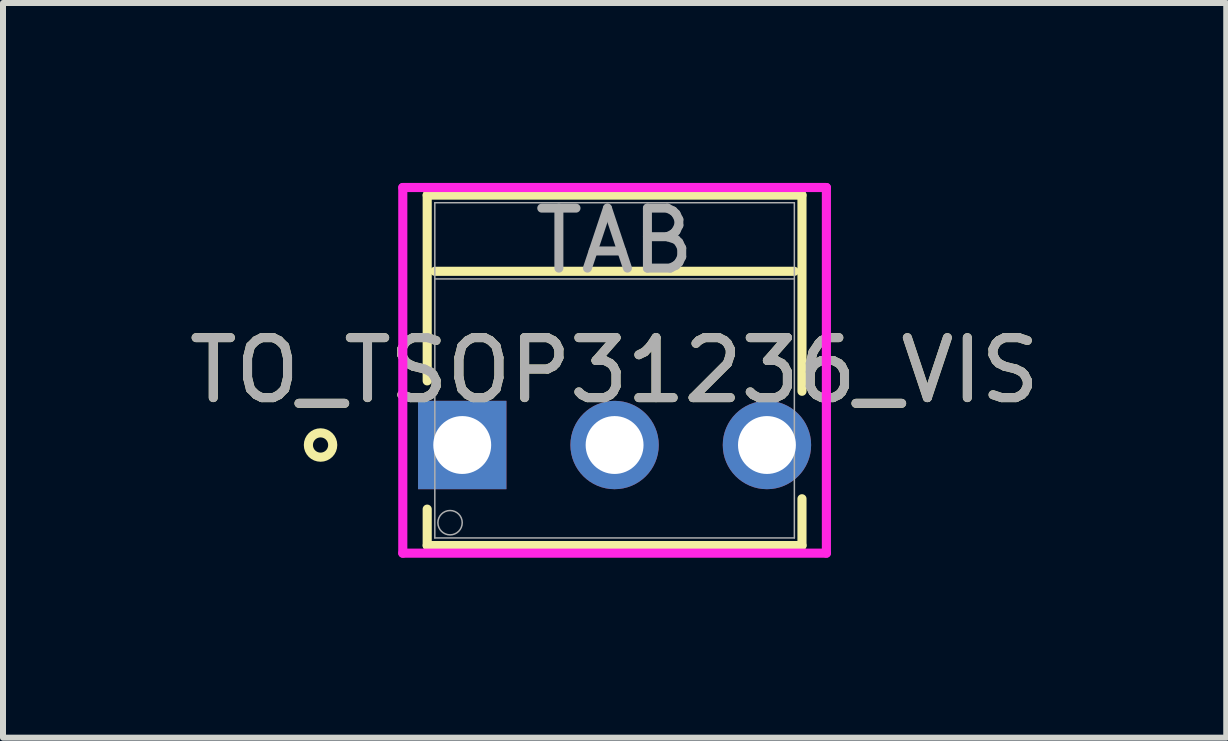
<source format=kicad_pcb>
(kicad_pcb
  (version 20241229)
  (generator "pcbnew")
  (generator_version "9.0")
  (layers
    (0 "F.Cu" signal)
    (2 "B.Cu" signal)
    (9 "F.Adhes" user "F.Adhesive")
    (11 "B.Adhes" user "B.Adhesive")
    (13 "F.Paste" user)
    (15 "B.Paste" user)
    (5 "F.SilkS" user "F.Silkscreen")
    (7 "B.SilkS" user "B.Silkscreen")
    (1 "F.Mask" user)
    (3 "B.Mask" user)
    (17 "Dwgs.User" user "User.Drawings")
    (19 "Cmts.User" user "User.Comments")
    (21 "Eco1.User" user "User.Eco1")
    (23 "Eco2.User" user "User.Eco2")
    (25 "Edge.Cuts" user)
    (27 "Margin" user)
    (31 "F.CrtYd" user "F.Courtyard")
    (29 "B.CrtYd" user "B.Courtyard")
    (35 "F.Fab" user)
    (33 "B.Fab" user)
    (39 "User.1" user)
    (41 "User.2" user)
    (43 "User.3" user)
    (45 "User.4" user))
  (footprint "TO_TSOP31236_VIS"
    (layer "F.Cu")
    (at 4.656 4.369)
    (property "Reference" "TO_TSOP31236_VIS" (at 2.54 -1.245 0) (unlocked yes) (layer "F.SilkS") (effects (font (size 1 1) (thickness 0.15))))
    (attr through_hole)
    (fp_line (start -0.584 -4.166) (end -0.584 -1.069) (stroke (width 0.152) (type solid)) (layer "F.SilkS"))
    (fp_line (start -0.584 1.069) (end -0.584 1.676) (stroke (width 0.152) (type solid)) (layer "F.SilkS"))
    (fp_line (start -0.584 1.676) (end 5.664 1.676) (stroke (width 0.152) (type solid)) (layer "F.SilkS"))
    (fp_line (start -0.457 -2.896) (end 5.537 -2.896) (stroke (width 0.152) (type solid)) (layer "F.SilkS"))
    (fp_line (start 5.664 -4.166) (end -0.584 -4.166) (stroke (width 0.152) (type solid)) (layer "F.SilkS"))
    (fp_line (start 5.664 -0.896) (end 5.664 -4.166) (stroke (width 0.152) (type solid)) (layer "F.SilkS"))
    (fp_line (start 5.664 1.676) (end 5.664 0.896) (stroke (width 0.152) (type solid)) (layer "F.SilkS"))
    (fp_circle (center -2.362 0) (end -2.159 0) (stroke (width 0.152) (type solid)) (fill no) (layer "F.SilkS"))
    (fp_line (start -0.991 -4.293) (end -0.991 1.803) (stroke (width 0.152) (type solid)) (layer "F.CrtYd"))
    (fp_line (start -0.991 1.803) (end 6.071 1.803) (stroke (width 0.152) (type solid)) (layer "F.CrtYd"))
    (fp_line (start 6.071 -4.293) (end -0.991 -4.293) (stroke (width 0.152) (type solid)) (layer "F.CrtYd"))
    (fp_line (start 6.071 1.803) (end 6.071 -4.293) (stroke (width 0.152) (type solid)) (layer "F.CrtYd"))
    (fp_line (start -0.457 -4.039) (end -0.457 1.549) (stroke (width 0.025) (type solid)) (layer "F.Fab"))
    (fp_line (start -0.457 -2.769) (end 5.537 -2.769) (stroke (width 0.025) (type solid)) (layer "F.Fab"))
    (fp_line (start -0.457 1.549) (end 5.537 1.549) (stroke (width 0.025) (type solid)) (layer "F.Fab"))
    (fp_line (start 5.537 -4.039) (end -0.457 -4.039) (stroke (width 0.025) (type solid)) (layer "F.Fab"))
    (fp_line (start 5.537 1.549) (end 5.537 -4.039) (stroke (width 0.025) (type solid)) (layer "F.Fab"))
    (fp_circle (center -0.203 1.295) (end 0 1.295) (stroke (width 0.025) (type solid)) (fill no) (layer "F.Fab"))
    (fp_text user "${REFERENCE}" (at 2.54 -1.245 0) (unlocked yes) (layer "F.Fab") (effects (font (size 1 1) (thickness 0.15))))
    (fp_text user "TAB" (at 2.54 -3.404 0) (unlocked yes) (layer "F.Fab") (effects (font (size 1 1) (thickness 0.15))))
    (pad "1" thru_hole rect (at 0 0) (size 1.473 1.473) (drill 0.965) (layers "*.Cu" "*.Mask"))
    (pad "2" thru_hole circle (at 2.54 0) (size 1.473 1.473) (drill 0.965) (layers "*.Cu" "*.Mask"))
    (pad "3" thru_hole circle (at 5.08 0) (size 1.473 1.473) (drill 0.965) (layers "*.Cu" "*.Mask")))
  (gr_rect
    (start -3 -3)
    (end 17.393 9.248)
    (stroke (width 0.1) (type default))
    (fill no)
    (layer "Edge.Cuts")))
</source>
